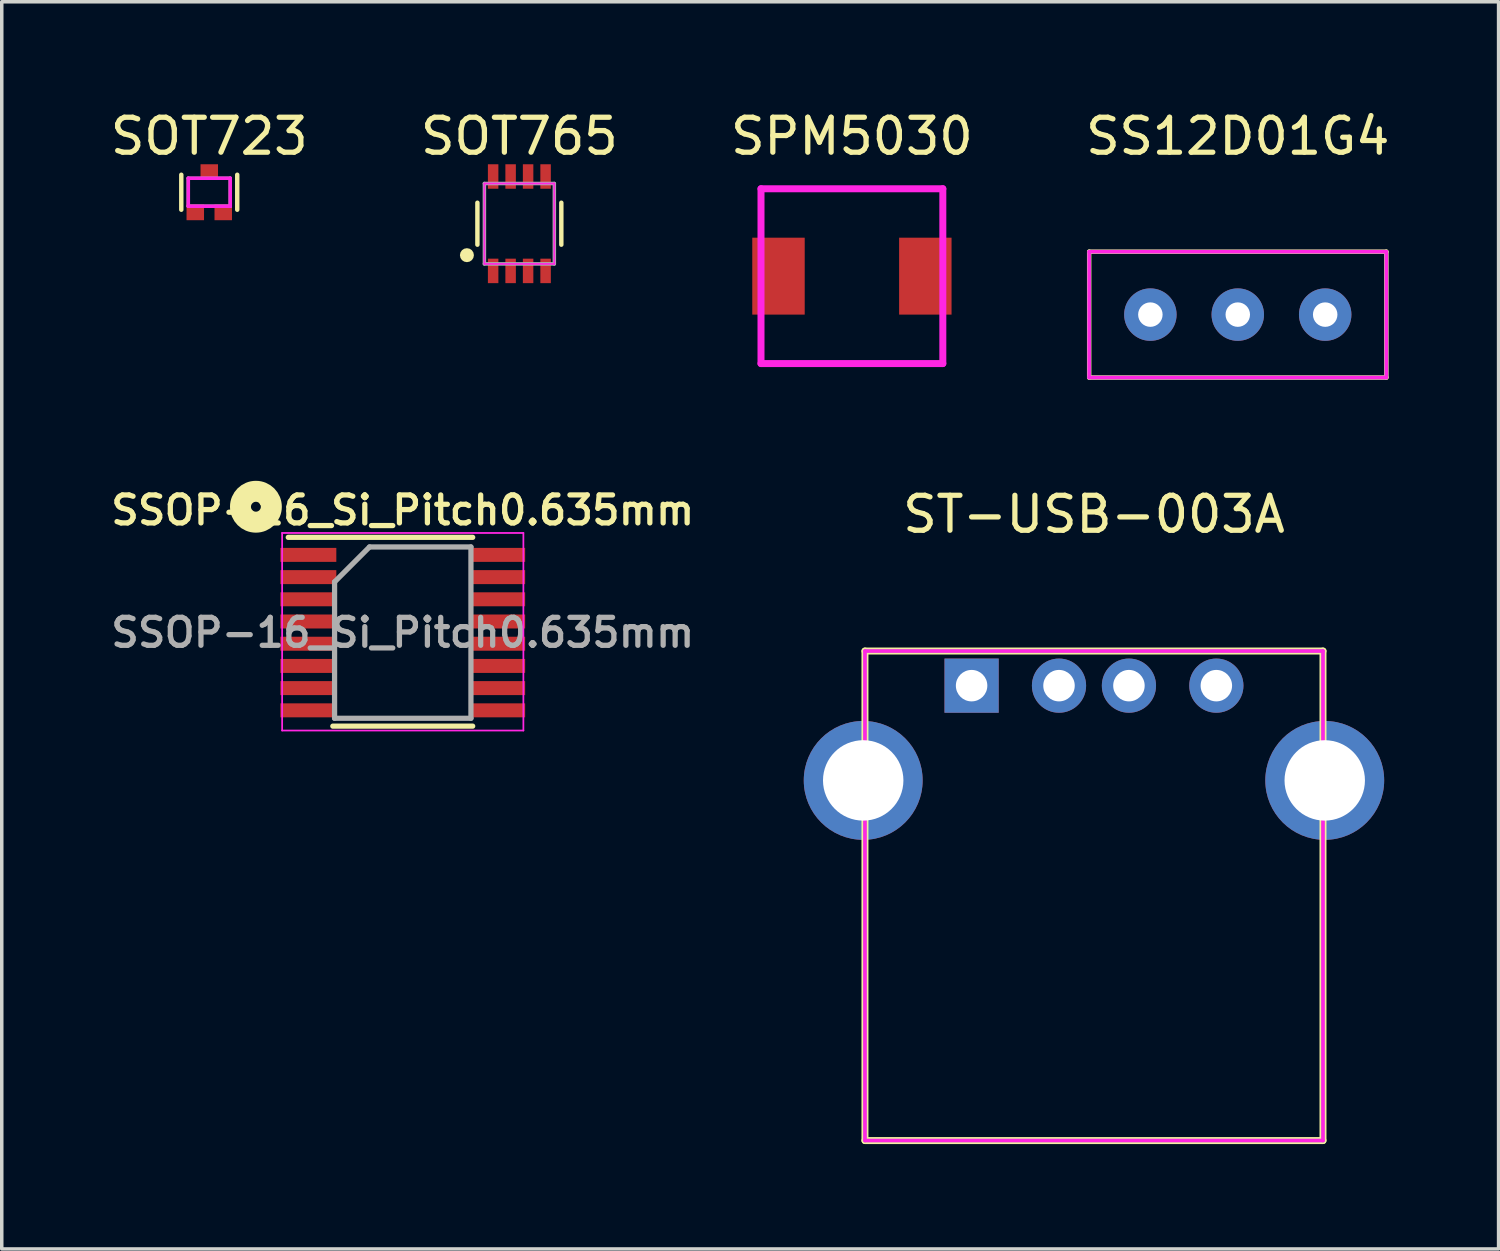
<source format=kicad_pcb>
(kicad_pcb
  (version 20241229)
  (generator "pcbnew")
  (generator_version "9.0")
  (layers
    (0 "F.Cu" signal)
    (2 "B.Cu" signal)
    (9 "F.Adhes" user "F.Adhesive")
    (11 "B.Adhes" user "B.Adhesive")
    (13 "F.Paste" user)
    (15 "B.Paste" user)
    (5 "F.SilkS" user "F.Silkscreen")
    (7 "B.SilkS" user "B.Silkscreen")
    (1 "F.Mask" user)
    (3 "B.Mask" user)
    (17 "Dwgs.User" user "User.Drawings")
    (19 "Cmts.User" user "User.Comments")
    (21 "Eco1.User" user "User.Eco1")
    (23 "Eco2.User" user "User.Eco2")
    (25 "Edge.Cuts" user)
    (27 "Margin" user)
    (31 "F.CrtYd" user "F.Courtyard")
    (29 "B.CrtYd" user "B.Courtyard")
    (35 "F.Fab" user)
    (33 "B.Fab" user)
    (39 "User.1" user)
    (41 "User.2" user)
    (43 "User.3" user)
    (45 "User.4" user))
  (footprint "SOT723"
    (layer "F.Cu")
    (at 2.935 2.448)
    (property "Reference" "SOT723" (at 0 -1.6 0) (layer "F.SilkS") (effects (font (size 1 1) (thickness 0.15))))
    (attr smd)
    (fp_line (start -0.8 -0.5) (end -0.8 0.5) (stroke (width 0.127) (type solid)) (layer "F.SilkS"))
    (fp_line (start 0.8 0.5) (end 0.8 -0.5) (stroke (width 0.127) (type solid)) (layer "F.SilkS"))
    (fp_line (start -0.6 -0.4) (end -0.6 0.4) (stroke (width 0.1) (type solid)) (layer "F.CrtYd"))
    (fp_line (start -0.6 0.4) (end 0.6 0.4) (stroke (width 0.1) (type solid)) (layer "F.CrtYd"))
    (fp_line (start 0.6 -0.4) (end -0.6 -0.4) (stroke (width 0.1) (type solid)) (layer "F.CrtYd"))
    (fp_line (start 0.6 -0.4) (end 0.6 0.4) (stroke (width 0.1) (type solid)) (layer "F.CrtYd"))
    (fp_line (start -0.6 -0.4) (end -0.6 0.4) (stroke (width 0.1) (type solid)) (layer "F.Fab"))
    (fp_line (start -0.6 0.4) (end 0.6 0.4) (stroke (width 0.1) (type solid)) (layer "F.Fab"))
    (fp_line (start 0.6 -0.4) (end -0.6 -0.4) (stroke (width 0.1) (type solid)) (layer "F.Fab"))
    (fp_line (start 0.6 -0.4) (end 0.6 0.4) (stroke (width 0.1) (type solid)) (layer "F.Fab"))
    (pad "1" smd rect (at -0.4 0.575) (size 0.5 0.45) (layers "F.Cu" "F.Mask" "F.Paste"))
    (pad "2" smd rect (at 0.4 0.575) (size 0.5 0.45) (layers "F.Cu" "F.Mask" "F.Paste"))
    (pad "3" smd rect (at 0 -0.575) (size 0.5 0.45) (layers "F.Cu" "F.Mask" "F.Paste")))
  (footprint "SPM5030"
    (layer "F.Cu")
    (at 21.315 4.848)
    (property "Reference" "SPM5030" (at 0 -4 0) (layer "F.SilkS") (effects (font (size 1 1) (thickness 0.15))))
    (attr through_hole)
    (fp_line (start -2.6 -2.5) (end -2.6 2.5) (stroke (width 0.2) (type solid)) (layer "F.CrtYd"))
    (fp_line (start -2.6 2.5) (end 2.6 2.5) (stroke (width 0.2) (type solid)) (layer "F.CrtYd"))
    (fp_line (start 2.6 -2.5) (end -2.6 -2.5) (stroke (width 0.2) (type solid)) (layer "F.CrtYd"))
    (fp_line (start 2.6 2.5) (end 2.6 -2.5) (stroke (width 0.2) (type solid)) (layer "F.CrtYd"))
    (pad "1" smd rect (at -2.1 0) (size 1.5 2.2) (layers "F.Cu" "F.Mask" "F.Paste"))
    (pad "2" smd rect (at 2.1 0) (size 1.5 2.2) (layers "F.Cu" "F.Mask" "F.Paste")))
  (footprint "SSOP-16_Si_Pitch0.635mm"
    (layer "F.Cu")
    (at 8.469 15.043)
    (property "Reference" "SSOP-16_Si_Pitch0.635mm" (at 0 -3.5 0) (layer "F.SilkS") (effects (font (size 0.8 0.8) (thickness 0.15))))
    (attr smd)
    (fp_line (start -3.275 -2.725) (end 2 -2.725) (stroke (width 0.15) (type solid)) (layer "F.SilkS"))
    (fp_line (start -2 2.675) (end 2 2.675) (stroke (width 0.15) (type solid)) (layer "F.SilkS"))
    (fp_circle (center -4.2 -3.6) (end -4.1 -3.5) (stroke (width 0.6) (type solid)) (fill no) (layer "F.SilkS"))
    (fp_line (start -3.45 -2.85) (end -3.45 2.8) (stroke (width 0.05) (type solid)) (layer "F.CrtYd"))
    (fp_line (start -3.45 -2.85) (end 3.45 -2.85) (stroke (width 0.05) (type solid)) (layer "F.CrtYd"))
    (fp_line (start -3.45 2.8) (end 3.45 2.8) (stroke (width 0.05) (type solid)) (layer "F.CrtYd"))
    (fp_line (start 3.45 -2.85) (end 3.45 2.8) (stroke (width 0.05) (type solid)) (layer "F.CrtYd"))
    (fp_line (start -1.95 -1.45) (end -0.95 -2.45) (stroke (width 0.15) (type solid)) (layer "F.Fab"))
    (fp_line (start -1.95 2.45) (end -1.95 -1.45) (stroke (width 0.15) (type solid)) (layer "F.Fab"))
    (fp_line (start -0.95 -2.45) (end 1.95 -2.45) (stroke (width 0.15) (type solid)) (layer "F.Fab"))
    (fp_line (start 1.95 -2.45) (end 1.95 2.45) (stroke (width 0.15) (type solid)) (layer "F.Fab"))
    (fp_line (start 1.95 2.45) (end -1.95 2.45) (stroke (width 0.15) (type solid)) (layer "F.Fab"))
    (fp_text user "${REFERENCE}" (at 0 0 0) (layer "F.Fab") (effects (font (size 0.8 0.8) (thickness 0.15))))
    (pad "1" smd rect (at -2.7 -2.223) (size 1.6 0.4) (layers "F.Cu" "F.Mask" "F.Paste"))
    (pad "2" smd rect (at -2.7 -1.587) (size 1.6 0.4) (layers "F.Cu" "F.Mask" "F.Paste"))
    (pad "3" smd rect (at -2.7 -0.953) (size 1.6 0.4) (layers "F.Cu" "F.Mask" "F.Paste"))
    (pad "4" smd rect (at -2.7 -0.318) (size 1.6 0.4) (layers "F.Cu" "F.Mask" "F.Paste"))
    (pad "5" smd rect (at -2.7 0.318) (size 1.6 0.4) (layers "F.Cu" "F.Mask" "F.Paste"))
    (pad "6" smd rect (at -2.7 0.953) (size 1.6 0.4) (layers "F.Cu" "F.Mask" "F.Paste"))
    (pad "7" smd rect (at -2.7 1.587) (size 1.6 0.4) (layers "F.Cu" "F.Mask" "F.Paste"))
    (pad "8" smd rect (at -2.7 2.223) (size 1.6 0.4) (layers "F.Cu" "F.Mask" "F.Paste"))
    (pad "9" smd rect (at 2.7 2.223) (size 1.6 0.4) (layers "F.Cu" "F.Mask" "F.Paste"))
    (pad "10" smd rect (at 2.7 1.587) (size 1.6 0.4) (layers "F.Cu" "F.Mask" "F.Paste"))
    (pad "11" smd rect (at 2.7 0.953) (size 1.6 0.4) (layers "F.Cu" "F.Mask" "F.Paste"))
    (pad "12" smd rect (at 2.7 0.318) (size 1.6 0.4) (layers "F.Cu" "F.Mask" "F.Paste"))
    (pad "13" smd rect (at 2.7 -0.318) (size 1.6 0.4) (layers "F.Cu" "F.Mask" "F.Paste"))
    (pad "14" smd rect (at 2.7 -0.953) (size 1.6 0.4) (layers "F.Cu" "F.Mask" "F.Paste"))
    (pad "15" smd rect (at 2.7 -1.587) (size 1.6 0.4) (layers "F.Cu" "F.Mask" "F.Paste"))
    (pad "16" smd rect (at 2.7 -2.223) (size 1.6 0.4) (layers "F.Cu" "F.Mask" "F.Paste")))
  (footprint "ST-USB-003A"
    (layer "F.Cu")
    (at 28.238 19.27)
    (property "Reference" "ST-USB-003A" (at 0 -7.61 0) (layer "F.SilkS") (effects (font (size 1 1) (thickness 0.15))))
    (attr through_hole)
    (fp_line (start -6.55 -3.7) (end 6.55 -3.7) (stroke (width 0.2) (type solid)) (layer "F.SilkS"))
    (fp_line (start -6.55 10.3) (end -6.55 -3.7) (stroke (width 0.2) (type solid)) (layer "F.SilkS"))
    (fp_line (start 6.55 -3.7) (end 6.55 10.3) (stroke (width 0.2) (type solid)) (layer "F.SilkS"))
    (fp_line (start 6.55 10.3) (end -6.55 10.3) (stroke (width 0.2) (type solid)) (layer "F.SilkS"))
    (fp_line (start -6.55 -3.7) (end 6.55 -3.7) (stroke (width 0.1) (type solid)) (layer "F.CrtYd"))
    (fp_line (start -6.55 10.3) (end -6.55 -3.7) (stroke (width 0.1) (type solid)) (layer "F.CrtYd"))
    (fp_line (start 6.55 -3.7) (end 6.55 10.3) (stroke (width 0.1) (type solid)) (layer "F.CrtYd"))
    (fp_line (start 6.55 10.3) (end -6.55 10.3) (stroke (width 0.1) (type solid)) (layer "F.CrtYd"))
    (fp_line (start -6.55 -3.7) (end 6.55 -3.7) (stroke (width 0.1) (type solid)) (layer "F.Fab"))
    (fp_line (start -6.55 10.3) (end -6.55 -3.7) (stroke (width 0.1) (type solid)) (layer "F.Fab"))
    (fp_line (start 6.55 -3.7) (end 6.55 10.3) (stroke (width 0.1) (type solid)) (layer "F.Fab"))
    (fp_line (start 6.55 10.3) (end -6.55 10.3) (stroke (width 0.1) (type solid)) (layer "F.Fab"))
    (pad "1" thru_hole rect (at -3.5 -2.71) (size 1.55 1.55) (drill 0.9) (layers "*.Cu" "*.Mask"))
    (pad "2" thru_hole circle (at -1 -2.71) (size 1.55 1.55) (drill 0.9) (layers "*.Cu" "*.Mask"))
    (pad "3" thru_hole circle (at 1 -2.71) (size 1.55 1.55) (drill 0.9) (layers "*.Cu" "*.Mask"))
    (pad "4" thru_hole circle (at 3.5 -2.71) (size 1.55 1.55) (drill 0.9) (layers "*.Cu" "*.Mask"))
    (pad "5" thru_hole circle (at -6.6 0) (size 3.4 3.4) (drill 2.3) (layers "*.Cu" "*.Mask"))
    (pad "6" thru_hole circle (at 6.6 0) (size 3.4 3.4) (drill 2.3) (layers "*.Cu" "*.Mask")))
  (footprint "SS12D01G4"
    (layer "F.Cu")
    (at 32.351 5.948)
    (property "Reference" "SS12D01G4" (at 0 -5.1 0) (layer "F.SilkS") (effects (font (size 1 1) (thickness 0.15))))
    (attr through_hole)
    (fp_line (start -4.25 -1.8) (end -4.25 1.8) (stroke (width 0.127) (type solid)) (layer "F.SilkS"))
    (fp_line (start -4.25 -1.8) (end 4.25 -1.8) (stroke (width 0.127) (type solid)) (layer "F.SilkS"))
    (fp_line (start -4.25 1.8) (end 4.25 1.8) (stroke (width 0.127) (type solid)) (layer "F.SilkS"))
    (fp_line (start 4.25 1.8) (end 4.25 -1.8) (stroke (width 0.127) (type solid)) (layer "F.SilkS"))
    (fp_line (start -4.25 -1.8) (end -4.25 1.8) (stroke (width 0.1) (type solid)) (layer "F.CrtYd"))
    (fp_line (start -4.25 -1.8) (end 4.25 -1.8) (stroke (width 0.1) (type solid)) (layer "F.CrtYd"))
    (fp_line (start -4.25 1.8) (end 4.25 1.8) (stroke (width 0.1) (type solid)) (layer "F.CrtYd"))
    (fp_line (start 4.25 1.8) (end 4.25 -1.8) (stroke (width 0.1) (type solid)) (layer "F.CrtYd"))
    (fp_line (start -4.25 -1.8) (end -4.25 1.8) (stroke (width 0.1) (type solid)) (layer "F.Fab"))
    (fp_line (start -4.25 -1.8) (end 4.25 -1.8) (stroke (width 0.1) (type solid)) (layer "F.Fab"))
    (fp_line (start -4.25 1.8) (end 4.25 1.8) (stroke (width 0.1) (type solid)) (layer "F.Fab"))
    (fp_line (start 4.25 1.8) (end 4.25 -1.8) (stroke (width 0.1) (type solid)) (layer "F.Fab"))
    (pad "1" thru_hole circle (at -2.5 0) (size 1.5 1.5) (drill 0.7) (layers "*.Cu" "*.Mask"))
    (pad "2" thru_hole circle (at 0 0) (size 1.5 1.5) (drill 0.7) (layers "*.Cu" "*.Mask"))
    (pad "3" thru_hole circle (at 2.5 0) (size 1.5 1.5) (drill 0.7) (layers "*.Cu" "*.Mask")))
  (footprint "SOT765"
    (layer "F.Cu")
    (at 11.804 3.348)
    (property "Reference" "SOT765" (at 0 -2.5 0) (layer "F.SilkS") (effects (font (size 1 1) (thickness 0.15))))
    (attr smd)
    (fp_line (start -1.2 -0.6) (end -1.2 0.6) (stroke (width 0.127) (type solid)) (layer "F.SilkS"))
    (fp_line (start 1.2 -0.6) (end 1.2 0.6) (stroke (width 0.127) (type solid)) (layer "F.SilkS"))
    (fp_circle (center -1.5 0.9) (end -1.5 0.8) (stroke (width 0.2) (type solid)) (fill no) (layer "F.SilkS"))
    (fp_line (start -1 -1.15) (end -1 1.15) (stroke (width 0.05) (type solid)) (layer "F.CrtYd"))
    (fp_line (start -1 1.15) (end 1 1.15) (stroke (width 0.05) (type solid)) (layer "F.CrtYd"))
    (fp_line (start 1 -1.15) (end -1 -1.15) (stroke (width 0.05) (type solid)) (layer "F.CrtYd"))
    (fp_line (start 1 1.15) (end 1 -1.15) (stroke (width 0.05) (type solid)) (layer "F.CrtYd"))
    (fp_line (start -1 -1.15) (end -1 1.15) (stroke (width 0.1) (type solid)) (layer "F.Fab"))
    (fp_line (start -1 1.15) (end 1 1.15) (stroke (width 0.1) (type solid)) (layer "F.Fab"))
    (fp_line (start 1 -1.15) (end -1 -1.15) (stroke (width 0.1) (type solid)) (layer "F.Fab"))
    (fp_line (start 1 1.15) (end 1 -1.15) (stroke (width 0.1) (type solid)) (layer "F.Fab"))
    (pad "1" smd rect (at -0.75 1.35) (size 0.3 0.7) (layers "F.Cu" "F.Mask" "F.Paste"))
    (pad "2" smd rect (at -0.25 1.35) (size 0.3 0.7) (layers "F.Cu" "F.Mask" "F.Paste"))
    (pad "3" smd rect (at 0.25 1.35) (size 0.3 0.7) (layers "F.Cu" "F.Mask" "F.Paste"))
    (pad "4" smd rect (at 0.75 1.35) (size 0.3 0.7) (layers "F.Cu" "F.Mask" "F.Paste"))
    (pad "5" smd rect (at 0.75 -1.35) (size 0.3 0.7) (layers "F.Cu" "F.Mask" "F.Paste"))
    (pad "6" smd rect (at 0.25 -1.35) (size 0.3 0.7) (layers "F.Cu" "F.Mask" "F.Paste"))
    (pad "7" smd rect (at -0.25 -1.35) (size 0.3 0.7) (layers "F.Cu" "F.Mask" "F.Paste"))
    (pad "8" smd rect (at -0.75 -1.35) (size 0.3 0.7) (layers "F.Cu" "F.Mask" "F.Paste")))
  (gr_rect
    (start -3 -3)
    (end 39.81 32.67)
    (stroke (width 0.1) (type default))
    (fill no)
    (layer "Edge.Cuts")))
</source>
